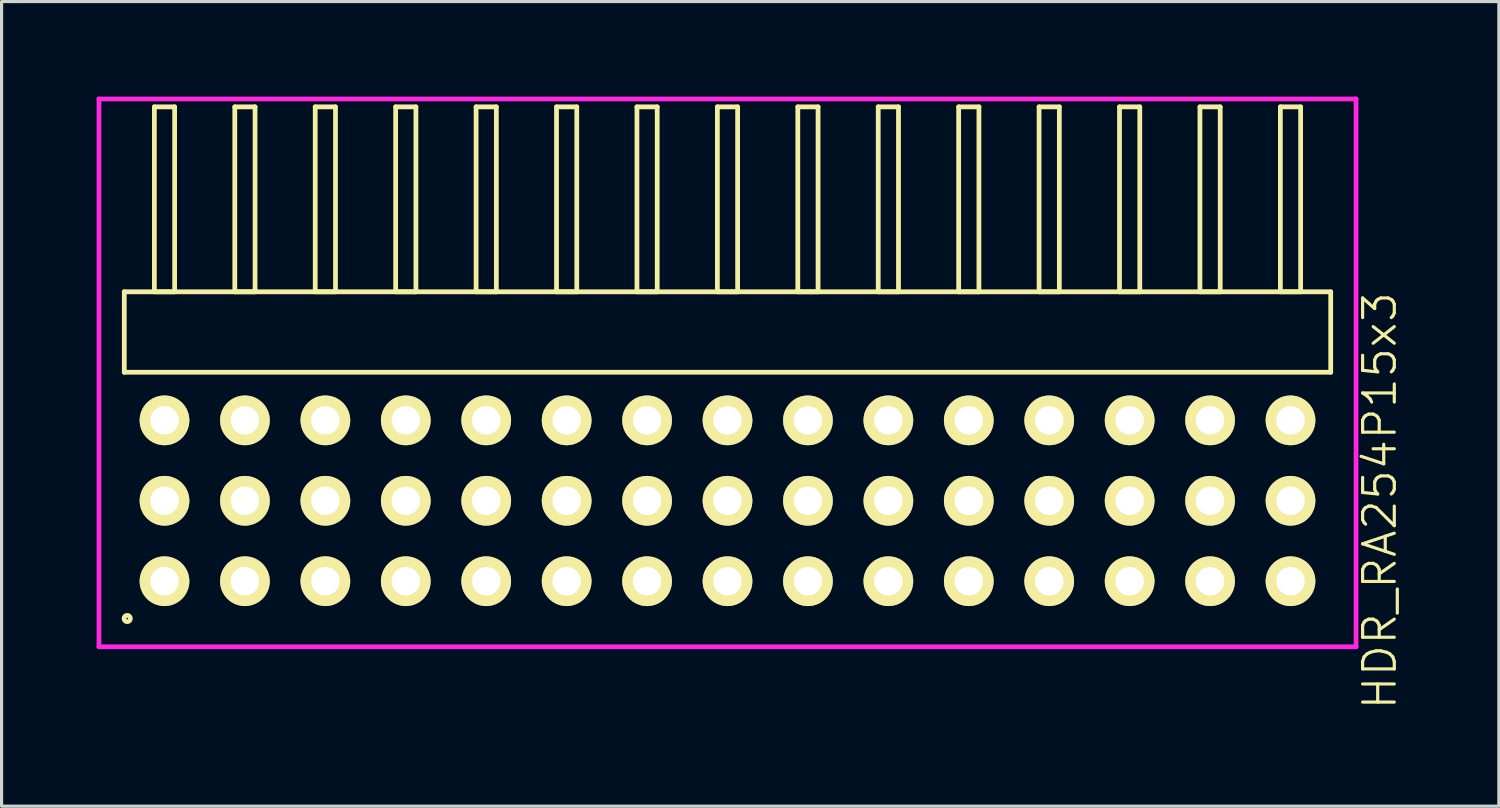
<source format=kicad_pcb>
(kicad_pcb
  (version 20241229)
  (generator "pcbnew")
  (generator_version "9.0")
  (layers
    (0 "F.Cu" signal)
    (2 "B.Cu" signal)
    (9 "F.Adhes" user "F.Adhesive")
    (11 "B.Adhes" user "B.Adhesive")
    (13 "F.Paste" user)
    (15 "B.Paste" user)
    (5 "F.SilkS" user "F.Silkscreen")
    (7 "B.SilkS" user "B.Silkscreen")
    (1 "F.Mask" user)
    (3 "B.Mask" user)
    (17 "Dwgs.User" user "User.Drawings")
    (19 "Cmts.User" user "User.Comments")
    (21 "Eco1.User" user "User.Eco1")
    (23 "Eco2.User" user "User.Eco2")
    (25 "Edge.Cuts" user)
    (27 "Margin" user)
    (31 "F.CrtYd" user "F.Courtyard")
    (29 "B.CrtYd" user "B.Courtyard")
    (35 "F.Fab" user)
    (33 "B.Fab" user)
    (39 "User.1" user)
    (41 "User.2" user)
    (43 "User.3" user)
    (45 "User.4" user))
  (footprint "HDR_RA254P15x3"
    (layer "F.Cu")
    (at 19.925 12.765)
    (property "Reference" "HDR_RA254P15x3" (at 20.6 0 90) (layer "F.SilkS") (effects (font (size 1 1) (thickness 0.1))))
    (attr through_hole)
    (fp_line (start -19.05 -6.6) (end -19.05 -4.06) (stroke (width 0.15) (type solid)) (layer "F.SilkS"))
    (fp_line (start -19.05 -4.06) (end 19.05 -4.06) (stroke (width 0.15) (type solid)) (layer "F.SilkS"))
    (fp_line (start -18.1 -12.44) (end -18.1 -6.6) (stroke (width 0.15) (type solid)) (layer "F.SilkS"))
    (fp_line (start -18.1 -6.6) (end -17.46 -6.6) (stroke (width 0.15) (type solid)) (layer "F.SilkS"))
    (fp_line (start -17.46 -12.44) (end -18.1 -12.44) (stroke (width 0.15) (type solid)) (layer "F.SilkS"))
    (fp_line (start -17.46 -6.6) (end -17.46 -12.44) (stroke (width 0.15) (type solid)) (layer "F.SilkS"))
    (fp_line (start -15.56 -12.44) (end -15.56 -6.6) (stroke (width 0.15) (type solid)) (layer "F.SilkS"))
    (fp_line (start -15.56 -6.6) (end -14.92 -6.6) (stroke (width 0.15) (type solid)) (layer "F.SilkS"))
    (fp_line (start -14.92 -12.44) (end -15.56 -12.44) (stroke (width 0.15) (type solid)) (layer "F.SilkS"))
    (fp_line (start -14.92 -6.6) (end -14.92 -12.44) (stroke (width 0.15) (type solid)) (layer "F.SilkS"))
    (fp_line (start -13.02 -12.44) (end -13.02 -6.6) (stroke (width 0.15) (type solid)) (layer "F.SilkS"))
    (fp_line (start -13.02 -6.6) (end -12.38 -6.6) (stroke (width 0.15) (type solid)) (layer "F.SilkS"))
    (fp_line (start -12.38 -12.44) (end -13.02 -12.44) (stroke (width 0.15) (type solid)) (layer "F.SilkS"))
    (fp_line (start -12.38 -6.6) (end -12.38 -12.44) (stroke (width 0.15) (type solid)) (layer "F.SilkS"))
    (fp_line (start -10.48 -12.44) (end -10.48 -6.6) (stroke (width 0.15) (type solid)) (layer "F.SilkS"))
    (fp_line (start -10.48 -6.6) (end -9.84 -6.6) (stroke (width 0.15) (type solid)) (layer "F.SilkS"))
    (fp_line (start -9.84 -12.44) (end -10.48 -12.44) (stroke (width 0.15) (type solid)) (layer "F.SilkS"))
    (fp_line (start -9.84 -6.6) (end -9.84 -12.44) (stroke (width 0.15) (type solid)) (layer "F.SilkS"))
    (fp_line (start -7.94 -12.44) (end -7.94 -6.6) (stroke (width 0.15) (type solid)) (layer "F.SilkS"))
    (fp_line (start -7.94 -6.6) (end -7.3 -6.6) (stroke (width 0.15) (type solid)) (layer "F.SilkS"))
    (fp_line (start -7.3 -12.44) (end -7.94 -12.44) (stroke (width 0.15) (type solid)) (layer "F.SilkS"))
    (fp_line (start -7.3 -6.6) (end -7.3 -12.44) (stroke (width 0.15) (type solid)) (layer "F.SilkS"))
    (fp_line (start -5.4 -12.44) (end -5.4 -6.6) (stroke (width 0.15) (type solid)) (layer "F.SilkS"))
    (fp_line (start -5.4 -6.6) (end -4.76 -6.6) (stroke (width 0.15) (type solid)) (layer "F.SilkS"))
    (fp_line (start -4.76 -12.44) (end -5.4 -12.44) (stroke (width 0.15) (type solid)) (layer "F.SilkS"))
    (fp_line (start -4.76 -6.6) (end -4.76 -12.44) (stroke (width 0.15) (type solid)) (layer "F.SilkS"))
    (fp_line (start -2.86 -12.44) (end -2.86 -6.6) (stroke (width 0.15) (type solid)) (layer "F.SilkS"))
    (fp_line (start -2.86 -6.6) (end -2.22 -6.6) (stroke (width 0.15) (type solid)) (layer "F.SilkS"))
    (fp_line (start -2.22 -12.44) (end -2.86 -12.44) (stroke (width 0.15) (type solid)) (layer "F.SilkS"))
    (fp_line (start -2.22 -6.6) (end -2.22 -12.44) (stroke (width 0.15) (type solid)) (layer "F.SilkS"))
    (fp_line (start -0.32 -12.44) (end -0.32 -6.6) (stroke (width 0.15) (type solid)) (layer "F.SilkS"))
    (fp_line (start -0.32 -6.6) (end 0.32 -6.6) (stroke (width 0.15) (type solid)) (layer "F.SilkS"))
    (fp_line (start 0.32 -12.44) (end -0.32 -12.44) (stroke (width 0.15) (type solid)) (layer "F.SilkS"))
    (fp_line (start 0.32 -6.6) (end 0.32 -12.44) (stroke (width 0.15) (type solid)) (layer "F.SilkS"))
    (fp_line (start 2.22 -12.44) (end 2.22 -6.6) (stroke (width 0.15) (type solid)) (layer "F.SilkS"))
    (fp_line (start 2.22 -6.6) (end 2.86 -6.6) (stroke (width 0.15) (type solid)) (layer "F.SilkS"))
    (fp_line (start 2.86 -12.44) (end 2.22 -12.44) (stroke (width 0.15) (type solid)) (layer "F.SilkS"))
    (fp_line (start 2.86 -6.6) (end 2.86 -12.44) (stroke (width 0.15) (type solid)) (layer "F.SilkS"))
    (fp_line (start 4.76 -12.44) (end 4.76 -6.6) (stroke (width 0.15) (type solid)) (layer "F.SilkS"))
    (fp_line (start 4.76 -6.6) (end 5.4 -6.6) (stroke (width 0.15) (type solid)) (layer "F.SilkS"))
    (fp_line (start 5.4 -12.44) (end 4.76 -12.44) (stroke (width 0.15) (type solid)) (layer "F.SilkS"))
    (fp_line (start 5.4 -6.6) (end 5.4 -12.44) (stroke (width 0.15) (type solid)) (layer "F.SilkS"))
    (fp_line (start 7.3 -12.44) (end 7.3 -6.6) (stroke (width 0.15) (type solid)) (layer "F.SilkS"))
    (fp_line (start 7.3 -6.6) (end 7.94 -6.6) (stroke (width 0.15) (type solid)) (layer "F.SilkS"))
    (fp_line (start 7.94 -12.44) (end 7.3 -12.44) (stroke (width 0.15) (type solid)) (layer "F.SilkS"))
    (fp_line (start 7.94 -6.6) (end 7.94 -12.44) (stroke (width 0.15) (type solid)) (layer "F.SilkS"))
    (fp_line (start 9.84 -12.44) (end 9.84 -6.6) (stroke (width 0.15) (type solid)) (layer "F.SilkS"))
    (fp_line (start 9.84 -6.6) (end 10.48 -6.6) (stroke (width 0.15) (type solid)) (layer "F.SilkS"))
    (fp_line (start 10.48 -12.44) (end 9.84 -12.44) (stroke (width 0.15) (type solid)) (layer "F.SilkS"))
    (fp_line (start 10.48 -6.6) (end 10.48 -12.44) (stroke (width 0.15) (type solid)) (layer "F.SilkS"))
    (fp_line (start 12.38 -12.44) (end 12.38 -6.6) (stroke (width 0.15) (type solid)) (layer "F.SilkS"))
    (fp_line (start 12.38 -6.6) (end 13.02 -6.6) (stroke (width 0.15) (type solid)) (layer "F.SilkS"))
    (fp_line (start 13.02 -12.44) (end 12.38 -12.44) (stroke (width 0.15) (type solid)) (layer "F.SilkS"))
    (fp_line (start 13.02 -6.6) (end 13.02 -12.44) (stroke (width 0.15) (type solid)) (layer "F.SilkS"))
    (fp_line (start 14.92 -12.44) (end 14.92 -6.6) (stroke (width 0.15) (type solid)) (layer "F.SilkS"))
    (fp_line (start 14.92 -6.6) (end 15.56 -6.6) (stroke (width 0.15) (type solid)) (layer "F.SilkS"))
    (fp_line (start 15.56 -12.44) (end 14.92 -12.44) (stroke (width 0.15) (type solid)) (layer "F.SilkS"))
    (fp_line (start 15.56 -6.6) (end 15.56 -12.44) (stroke (width 0.15) (type solid)) (layer "F.SilkS"))
    (fp_line (start 17.46 -12.44) (end 17.46 -6.6) (stroke (width 0.15) (type solid)) (layer "F.SilkS"))
    (fp_line (start 17.46 -6.6) (end 18.1 -6.6) (stroke (width 0.15) (type solid)) (layer "F.SilkS"))
    (fp_line (start 18.1 -12.44) (end 17.46 -12.44) (stroke (width 0.15) (type solid)) (layer "F.SilkS"))
    (fp_line (start 18.1 -6.6) (end 18.1 -12.44) (stroke (width 0.15) (type solid)) (layer "F.SilkS"))
    (fp_line (start 19.05 -6.6) (end -19.05 -6.6) (stroke (width 0.15) (type solid)) (layer "F.SilkS"))
    (fp_line (start 19.05 -4.06) (end 19.05 -6.6) (stroke (width 0.15) (type solid)) (layer "F.SilkS"))
    (fp_circle (center -18.957 3.718) (end -18.857 3.718) (stroke (width 0.15) (type solid)) (fill no) (layer "F.SilkS"))
    (fp_line (start -19.85 -12.69) (end -19.85 4.61) (stroke (width 0.15) (type solid)) (layer "F.CrtYd"))
    (fp_line (start -19.85 4.61) (end 19.85 4.61) (stroke (width 0.15) (type solid)) (layer "F.CrtYd"))
    (fp_line (start 19.85 -12.69) (end -19.85 -12.69) (stroke (width 0.15) (type solid)) (layer "F.CrtYd"))
    (fp_line (start 19.85 4.61) (end 19.85 -12.69) (stroke (width 0.15) (type solid)) (layer "F.CrtYd"))
    (pad "1" thru_hole oval (at -17.78 2.54) (size 1.57 1.57) (drill 0.9) (layers "*.Cu" "*.Mask" "F.SilkS"))
    (pad "2" thru_hole oval (at -17.78 0) (size 1.57 1.57) (drill 0.9) (layers "*.Cu" "*.Mask" "F.SilkS"))
    (pad "3" thru_hole oval (at -17.78 -2.54) (size 1.57 1.57) (drill 0.9) (layers "*.Cu" "*.Mask" "F.SilkS"))
    (pad "4" thru_hole oval (at -15.24 2.54) (size 1.57 1.57) (drill 0.9) (layers "*.Cu" "*.Mask" "F.SilkS"))
    (pad "5" thru_hole oval (at -15.24 0) (size 1.57 1.57) (drill 0.9) (layers "*.Cu" "*.Mask" "F.SilkS"))
    (pad "6" thru_hole oval (at -15.24 -2.54) (size 1.57 1.57) (drill 0.9) (layers "*.Cu" "*.Mask" "F.SilkS"))
    (pad "7" thru_hole oval (at -12.7 2.54) (size 1.57 1.57) (drill 0.9) (layers "*.Cu" "*.Mask" "F.SilkS"))
    (pad "8" thru_hole oval (at -12.7 0) (size 1.57 1.57) (drill 0.9) (layers "*.Cu" "*.Mask" "F.SilkS"))
    (pad "9" thru_hole oval (at -12.7 -2.54) (size 1.57 1.57) (drill 0.9) (layers "*.Cu" "*.Mask" "F.SilkS"))
    (pad "10" thru_hole oval (at -10.16 2.54) (size 1.57 1.57) (drill 0.9) (layers "*.Cu" "*.Mask" "F.SilkS"))
    (pad "11" thru_hole oval (at -10.16 0) (size 1.57 1.57) (drill 0.9) (layers "*.Cu" "*.Mask" "F.SilkS"))
    (pad "12" thru_hole oval (at -10.16 -2.54) (size 1.57 1.57) (drill 0.9) (layers "*.Cu" "*.Mask" "F.SilkS"))
    (pad "13" thru_hole oval (at -7.62 2.54) (size 1.57 1.57) (drill 0.9) (layers "*.Cu" "*.Mask" "F.SilkS"))
    (pad "14" thru_hole oval (at -7.62 0) (size 1.57 1.57) (drill 0.9) (layers "*.Cu" "*.Mask" "F.SilkS"))
    (pad "15" thru_hole oval (at -7.62 -2.54) (size 1.57 1.57) (drill 0.9) (layers "*.Cu" "*.Mask" "F.SilkS"))
    (pad "16" thru_hole oval (at -5.08 2.54) (size 1.57 1.57) (drill 0.9) (layers "*.Cu" "*.Mask" "F.SilkS"))
    (pad "17" thru_hole oval (at -5.08 0) (size 1.57 1.57) (drill 0.9) (layers "*.Cu" "*.Mask" "F.SilkS"))
    (pad "18" thru_hole oval (at -5.08 -2.54) (size 1.57 1.57) (drill 0.9) (layers "*.Cu" "*.Mask" "F.SilkS"))
    (pad "19" thru_hole oval (at -2.54 2.54) (size 1.57 1.57) (drill 0.9) (layers "*.Cu" "*.Mask" "F.SilkS"))
    (pad "20" thru_hole oval (at -2.54 0) (size 1.57 1.57) (drill 0.9) (layers "*.Cu" "*.Mask" "F.SilkS"))
    (pad "21" thru_hole oval (at -2.54 -2.54) (size 1.57 1.57) (drill 0.9) (layers "*.Cu" "*.Mask" "F.SilkS"))
    (pad "22" thru_hole oval (at 0 2.54) (size 1.57 1.57) (drill 0.9) (layers "*.Cu" "*.Mask" "F.SilkS"))
    (pad "23" thru_hole oval (at 0 0) (size 1.57 1.57) (drill 0.9) (layers "*.Cu" "*.Mask" "F.SilkS"))
    (pad "24" thru_hole oval (at 0 -2.54) (size 1.57 1.57) (drill 0.9) (layers "*.Cu" "*.Mask" "F.SilkS"))
    (pad "25" thru_hole oval (at 2.54 2.54) (size 1.57 1.57) (drill 0.9) (layers "*.Cu" "*.Mask" "F.SilkS"))
    (pad "26" thru_hole oval (at 2.54 0) (size 1.57 1.57) (drill 0.9) (layers "*.Cu" "*.Mask" "F.SilkS"))
    (pad "27" thru_hole oval (at 2.54 -2.54) (size 1.57 1.57) (drill 0.9) (layers "*.Cu" "*.Mask" "F.SilkS"))
    (pad "28" thru_hole oval (at 5.08 2.54) (size 1.57 1.57) (drill 0.9) (layers "*.Cu" "*.Mask" "F.SilkS"))
    (pad "29" thru_hole oval (at 5.08 0) (size 1.57 1.57) (drill 0.9) (layers "*.Cu" "*.Mask" "F.SilkS"))
    (pad "30" thru_hole oval (at 5.08 -2.54) (size 1.57 1.57) (drill 0.9) (layers "*.Cu" "*.Mask" "F.SilkS"))
    (pad "31" thru_hole oval (at 7.62 2.54) (size 1.57 1.57) (drill 0.9) (layers "*.Cu" "*.Mask" "F.SilkS"))
    (pad "32" thru_hole oval (at 7.62 0) (size 1.57 1.57) (drill 0.9) (layers "*.Cu" "*.Mask" "F.SilkS"))
    (pad "33" thru_hole oval (at 7.62 -2.54) (size 1.57 1.57) (drill 0.9) (layers "*.Cu" "*.Mask" "F.SilkS"))
    (pad "34" thru_hole oval (at 10.16 2.54) (size 1.57 1.57) (drill 0.9) (layers "*.Cu" "*.Mask" "F.SilkS"))
    (pad "35" thru_hole oval (at 10.16 0) (size 1.57 1.57) (drill 0.9) (layers "*.Cu" "*.Mask" "F.SilkS"))
    (pad "36" thru_hole oval (at 10.16 -2.54) (size 1.57 1.57) (drill 0.9) (layers "*.Cu" "*.Mask" "F.SilkS"))
    (pad "37" thru_hole oval (at 12.7 2.54) (size 1.57 1.57) (drill 0.9) (layers "*.Cu" "*.Mask" "F.SilkS"))
    (pad "38" thru_hole oval (at 12.7 0) (size 1.57 1.57) (drill 0.9) (layers "*.Cu" "*.Mask" "F.SilkS"))
    (pad "39" thru_hole oval (at 12.7 -2.54) (size 1.57 1.57) (drill 0.9) (layers "*.Cu" "*.Mask" "F.SilkS"))
    (pad "40" thru_hole oval (at 15.24 2.54) (size 1.57 1.57) (drill 0.9) (layers "*.Cu" "*.Mask" "F.SilkS"))
    (pad "41" thru_hole oval (at 15.24 0) (size 1.57 1.57) (drill 0.9) (layers "*.Cu" "*.Mask" "F.SilkS"))
    (pad "42" thru_hole oval (at 15.24 -2.54) (size 1.57 1.57) (drill 0.9) (layers "*.Cu" "*.Mask" "F.SilkS"))
    (pad "43" thru_hole oval (at 17.78 2.54) (size 1.57 1.57) (drill 0.9) (layers "*.Cu" "*.Mask" "F.SilkS"))
    (pad "44" thru_hole oval (at 17.78 0) (size 1.57 1.57) (drill 0.9) (layers "*.Cu" "*.Mask" "F.SilkS"))
    (pad "45" thru_hole oval (at 17.78 -2.54) (size 1.57 1.57) (drill 0.9) (layers "*.Cu" "*.Mask" "F.SilkS")))
  (gr_rect
    (start -3 -3)
    (end 44.285 22.41)
    (stroke (width 0.1) (type default))
    (fill no)
    (layer "Edge.Cuts")))
</source>
